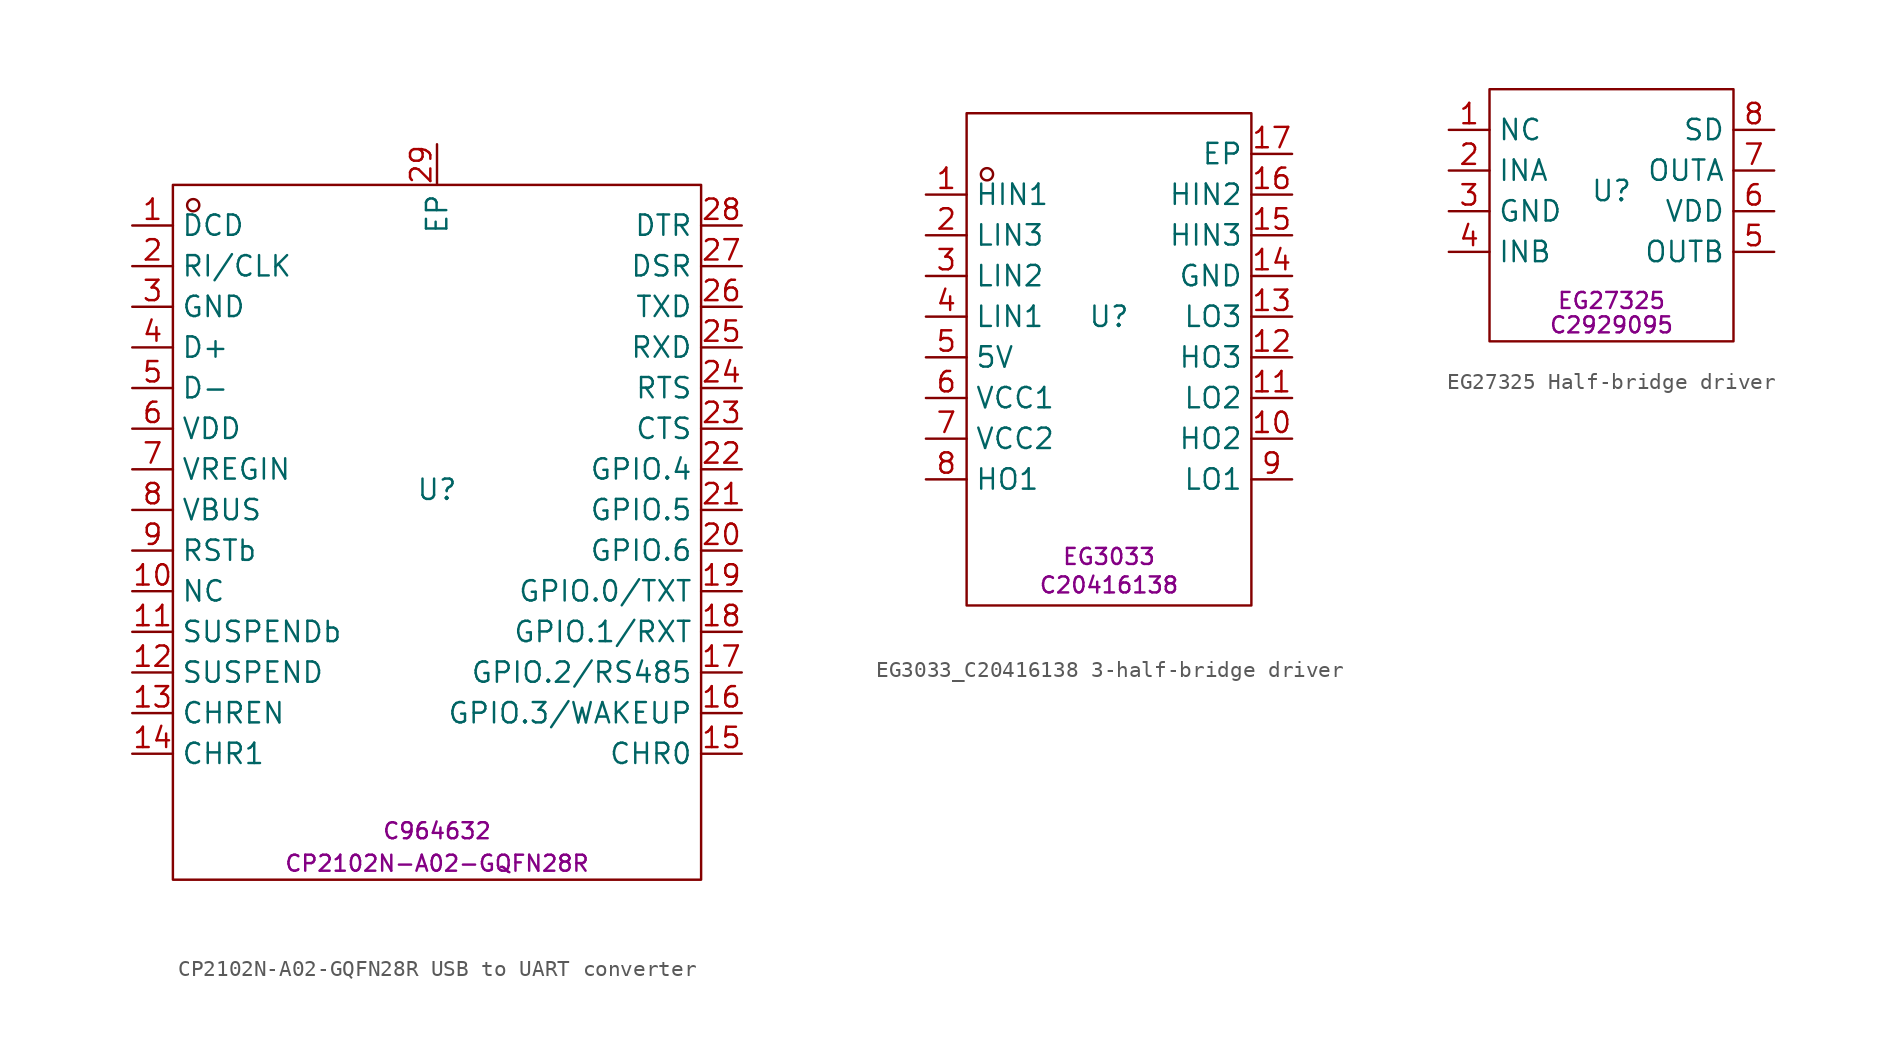
<source format=kicad_sym>
(kicad_symbol_lib
  (version 20241209)
  (generator "kicad_symbol_editor")
  (generator_version "9.0")
  (symbol "CP2102N-A02-GQFN28R USB to UART converter"
    (property "Reference" "U"
      (at 0 0 0)
      (effects (font (size 1.27 1.27))))
    (property "Manufacturer Part" "CP2102N-A02-GQFN28R"
      (at 0 -23.368 0)
      (do_not_autoplace)
      (effects (font (size 1 1))))
    (property "LCSC Part #" "C964632"
      (at 0 -21.336 0)
      (do_not_autoplace)
      (effects (font (size 1 1))))
    (symbol "CP2102N-A02-GQFN28R USB to UART converter_1_0"
      (rectangle (start -16.51 19.05) (end 16.51 -24.384) (stroke (width 0) (type default)) (fill (type none)))
      (circle (center -15.24 17.78) (radius 0.381) (stroke (width 0) (type default)) (fill (type none)))
      (pin unspecified line (at -19.05 16.51 0) (length 2.54) (name "DCD" (effects (font (size 1.27 1.27)))) (number "1" (effects (font (size 1.27 1.27)))))
      (pin unspecified line (at -19.05 13.97 0) (length 2.54) (name "RI/CLK" (effects (font (size 1.27 1.27)))) (number "2" (effects (font (size 1.27 1.27)))))
      (pin unspecified line (at -19.05 11.43 0) (length 2.54) (name "GND" (effects (font (size 1.27 1.27)))) (number "3" (effects (font (size 1.27 1.27)))))
      (pin unspecified line (at -19.05 8.89 0) (length 2.54) (name "D+" (effects (font (size 1.27 1.27)))) (number "4" (effects (font (size 1.27 1.27)))))
      (pin unspecified line (at -19.05 6.35 0) (length 2.54) (name "D-" (effects (font (size 1.27 1.27)))) (number "5" (effects (font (size 1.27 1.27)))))
      (pin unspecified line (at -19.05 3.81 0) (length 2.54) (name "VDD" (effects (font (size 1.27 1.27)))) (number "6" (effects (font (size 1.27 1.27)))))
      (pin unspecified line (at -19.05 1.27 0) (length 2.54) (name "VREGIN" (effects (font (size 1.27 1.27)))) (number "7" (effects (font (size 1.27 1.27)))))
      (pin unspecified line (at -19.05 -1.27 0) (length 2.54) (name "VBUS" (effects (font (size 1.27 1.27)))) (number "8" (effects (font (size 1.27 1.27)))))
      (pin unspecified line (at -19.05 -3.81 0) (length 2.54) (name "RSTb" (effects (font (size 1.27 1.27)))) (number "9" (effects (font (size 1.27 1.27)))))
      (pin unspecified line (at -19.05 -6.35 0) (length 2.54) (name "NC" (effects (font (size 1.27 1.27)))) (number "10" (effects (font (size 1.27 1.27)))))
      (pin unspecified line (at -19.05 -8.89 0) (length 2.54) (name "SUSPENDb" (effects (font (size 1.27 1.27)))) (number "11" (effects (font (size 1.27 1.27)))))
      (pin unspecified line (at -19.05 -11.43 0) (length 2.54) (name "SUSPEND" (effects (font (size 1.27 1.27)))) (number "12" (effects (font (size 1.27 1.27)))))
      (pin unspecified line (at -19.05 -13.97 0) (length 2.54) (name "CHREN" (effects (font (size 1.27 1.27)))) (number "13" (effects (font (size 1.27 1.27)))))
      (pin unspecified line (at -19.05 -16.51 0) (length 2.54) (name "CHR1" (effects (font (size 1.27 1.27)))) (number "14" (effects (font (size 1.27 1.27)))))
      (pin unspecified line (at 0 21.59 270) (length 2.54) (name "EP" (effects (font (size 1.27 1.27)))) (number "29" (effects (font (size 1.27 1.27)))))
      (pin unspecified line (at 19.05 16.51 180) (length 2.54) (name "DTR" (effects (font (size 1.27 1.27)))) (number "28" (effects (font (size 1.27 1.27)))))
      (pin unspecified line (at 19.05 13.97 180) (length 2.54) (name "DSR" (effects (font (size 1.27 1.27)))) (number "27" (effects (font (size 1.27 1.27)))))
      (pin unspecified line (at 19.05 11.43 180) (length 2.54) (name "TXD" (effects (font (size 1.27 1.27)))) (number "26" (effects (font (size 1.27 1.27)))))
      (pin unspecified line (at 19.05 8.89 180) (length 2.54) (name "RXD" (effects (font (size 1.27 1.27)))) (number "25" (effects (font (size 1.27 1.27)))))
      (pin unspecified line (at 19.05 6.35 180) (length 2.54) (name "RTS" (effects (font (size 1.27 1.27)))) (number "24" (effects (font (size 1.27 1.27)))))
      (pin unspecified line (at 19.05 3.81 180) (length 2.54) (name "CTS" (effects (font (size 1.27 1.27)))) (number "23" (effects (font (size 1.27 1.27)))))
      (pin unspecified line (at 19.05 1.27 180) (length 2.54) (name "GPIO.4" (effects (font (size 1.27 1.27)))) (number "22" (effects (font (size 1.27 1.27)))))
      (pin unspecified line (at 19.05 -1.27 180) (length 2.54) (name "GPIO.5" (effects (font (size 1.27 1.27)))) (number "21" (effects (font (size 1.27 1.27)))))
      (pin unspecified line (at 19.05 -3.81 180) (length 2.54) (name "GPIO.6" (effects (font (size 1.27 1.27)))) (number "20" (effects (font (size 1.27 1.27)))))
      (pin unspecified line (at 19.05 -6.35 180) (length 2.54) (name "GPIO.0/TXT" (effects (font (size 1.27 1.27)))) (number "19" (effects (font (size 1.27 1.27)))))
      (pin unspecified line (at 19.05 -8.89 180) (length 2.54) (name "GPIO.1/RXT" (effects (font (size 1.27 1.27)))) (number "18" (effects (font (size 1.27 1.27)))))
      (pin unspecified line (at 19.05 -11.43 180) (length 2.54) (name "GPIO.2/RS485" (effects (font (size 1.27 1.27)))) (number "17" (effects (font (size 1.27 1.27)))))
      (pin unspecified line (at 19.05 -13.97 180) (length 2.54) (name "GPIO.3/WAKEUP" (effects (font (size 1.27 1.27)))) (number "16" (effects (font (size 1.27 1.27)))))
      (pin unspecified line (at 19.05 -16.51 180) (length 2.54) (name "CHR0" (effects (font (size 1.27 1.27)))) (number "15" (effects (font (size 1.27 1.27)))))))
  (symbol "EG3033_C20416138 3-half-bridge driver"
    (property "Reference" "U"
      (at 0 0 0)
      (effects (font (size 1.27 1.27))))
    (property "Manufacturer Part" "EG3033"
      (at 0 -14.986 0)
      (do_not_autoplace)
      (effects (font (size 1 1))))
    (property "LCSC Part #" "C20416138"
      (at 0 -16.764 0)
      (do_not_autoplace)
      (effects (font (size 1 1))))
    (symbol "EG3033_C20416138 3-half-bridge driver_1_0"
      (rectangle (start -8.89 12.7) (end 8.89 -18.034) (stroke (width 0) (type default)) (fill (type none)))
      (circle (center -7.62 8.89) (radius 0.381) (stroke (width 0) (type default)) (fill (type none)))
      (pin unspecified line (at -11.43 7.62 0) (length 2.54) (name "HIN1" (effects (font (size 1.27 1.27)))) (number "1" (effects (font (size 1.27 1.27)))))
      (pin unspecified line (at -11.43 5.08 0) (length 2.54) (name "LIN3" (effects (font (size 1.27 1.27)))) (number "2" (effects (font (size 1.27 1.27)))))
      (pin unspecified line (at -11.43 2.54 0) (length 2.54) (name "LIN2" (effects (font (size 1.27 1.27)))) (number "3" (effects (font (size 1.27 1.27)))))
      (pin unspecified line (at -11.43 0 0) (length 2.54) (name "LIN1" (effects (font (size 1.27 1.27)))) (number "4" (effects (font (size 1.27 1.27)))))
      (pin unspecified line (at -11.43 -2.54 0) (length 2.54) (name "5V" (effects (font (size 1.27 1.27)))) (number "5" (effects (font (size 1.27 1.27)))))
      (pin unspecified line (at -11.43 -5.08 0) (length 2.54) (name "VCC1" (effects (font (size 1.27 1.27)))) (number "6" (effects (font (size 1.27 1.27)))))
      (pin unspecified line (at -11.43 -7.62 0) (length 2.54) (name "VCC2" (effects (font (size 1.27 1.27)))) (number "7" (effects (font (size 1.27 1.27)))))
      (pin unspecified line (at -11.43 -10.16 0) (length 2.54) (name "HO1" (effects (font (size 1.27 1.27)))) (number "8" (effects (font (size 1.27 1.27)))))
      (pin unspecified line (at 11.43 10.16 180) (length 2.54) (name "EP" (effects (font (size 1.27 1.27)))) (number "17" (effects (font (size 1.27 1.27)))))
      (pin unspecified line (at 11.43 7.62 180) (length 2.54) (name "HIN2" (effects (font (size 1.27 1.27)))) (number "16" (effects (font (size 1.27 1.27)))))
      (pin unspecified line (at 11.43 5.08 180) (length 2.54) (name "HIN3" (effects (font (size 1.27 1.27)))) (number "15" (effects (font (size 1.27 1.27)))))
      (pin unspecified line (at 11.43 2.54 180) (length 2.54) (name "GND" (effects (font (size 1.27 1.27)))) (number "14" (effects (font (size 1.27 1.27)))))
      (pin unspecified line (at 11.43 0 180) (length 2.54) (name "LO3" (effects (font (size 1.27 1.27)))) (number "13" (effects (font (size 1.27 1.27)))))
      (pin unspecified line (at 11.43 -2.54 180) (length 2.54) (name "HO3" (effects (font (size 1.27 1.27)))) (number "12" (effects (font (size 1.27 1.27)))))
      (pin unspecified line (at 11.43 -5.08 180) (length 2.54) (name "LO2" (effects (font (size 1.27 1.27)))) (number "11" (effects (font (size 1.27 1.27)))))
      (pin unspecified line (at 11.43 -7.62 180) (length 2.54) (name "HO2" (effects (font (size 1.27 1.27)))) (number "10" (effects (font (size 1.27 1.27)))))
      (pin unspecified line (at 11.43 -10.16 180) (length 2.54) (name "LO1" (effects (font (size 1.27 1.27)))) (number "9" (effects (font (size 1.27 1.27)))))))
  (symbol "EG27325 Half-bridge driver"
    (property "Reference" "U"
      (at 0 0 0)
      (effects (font (size 1.27 1.27))))
    (property "Manufacturer Part" "EG27325"
      (at 0 -6.858 0)
      (do_not_autoplace)
      (effects (font (size 1 1))))
    (property "LCSC Part #" "C2929095"
      (at 0 -8.382 0)
      (do_not_autoplace)
      (effects (font (size 1 1))))
    (symbol "EG27325 Half-bridge driver_1_0"
      (rectangle (start -7.62 6.35) (end 7.62 -9.398) (stroke (width 0) (type default)) (fill (type none)))
      (pin unspecified line (at -10.16 3.81 0) (length 2.54) (name "NC" (effects (font (size 1.27 1.27)))) (number "1" (effects (font (size 1.27 1.27)))))
      (pin unspecified line (at -10.16 1.27 0) (length 2.54) (name "INA" (effects (font (size 1.27 1.27)))) (number "2" (effects (font (size 1.27 1.27)))))
      (pin unspecified line (at -10.16 -1.27 0) (length 2.54) (name "GND" (effects (font (size 1.27 1.27)))) (number "3" (effects (font (size 1.27 1.27)))))
      (pin unspecified line (at -10.16 -3.81 0) (length 2.54) (name "INB" (effects (font (size 1.27 1.27)))) (number "4" (effects (font (size 1.27 1.27)))))
      (pin unspecified line (at 10.16 3.81 180) (length 2.54) (name "SD" (effects (font (size 1.27 1.27)))) (number "8" (effects (font (size 1.27 1.27)))))
      (pin unspecified line (at 10.16 1.27 180) (length 2.54) (name "OUTA" (effects (font (size 1.27 1.27)))) (number "7" (effects (font (size 1.27 1.27)))))
      (pin unspecified line (at 10.16 -1.27 180) (length 2.54) (name "VDD" (effects (font (size 1.27 1.27)))) (number "6" (effects (font (size 1.27 1.27)))))
      (pin unspecified line (at 10.16 -3.81 180) (length 2.54) (name "OUTB" (effects (font (size 1.27 1.27)))) (number "5" (effects (font (size 1.27 1.27))))))))
</source>
